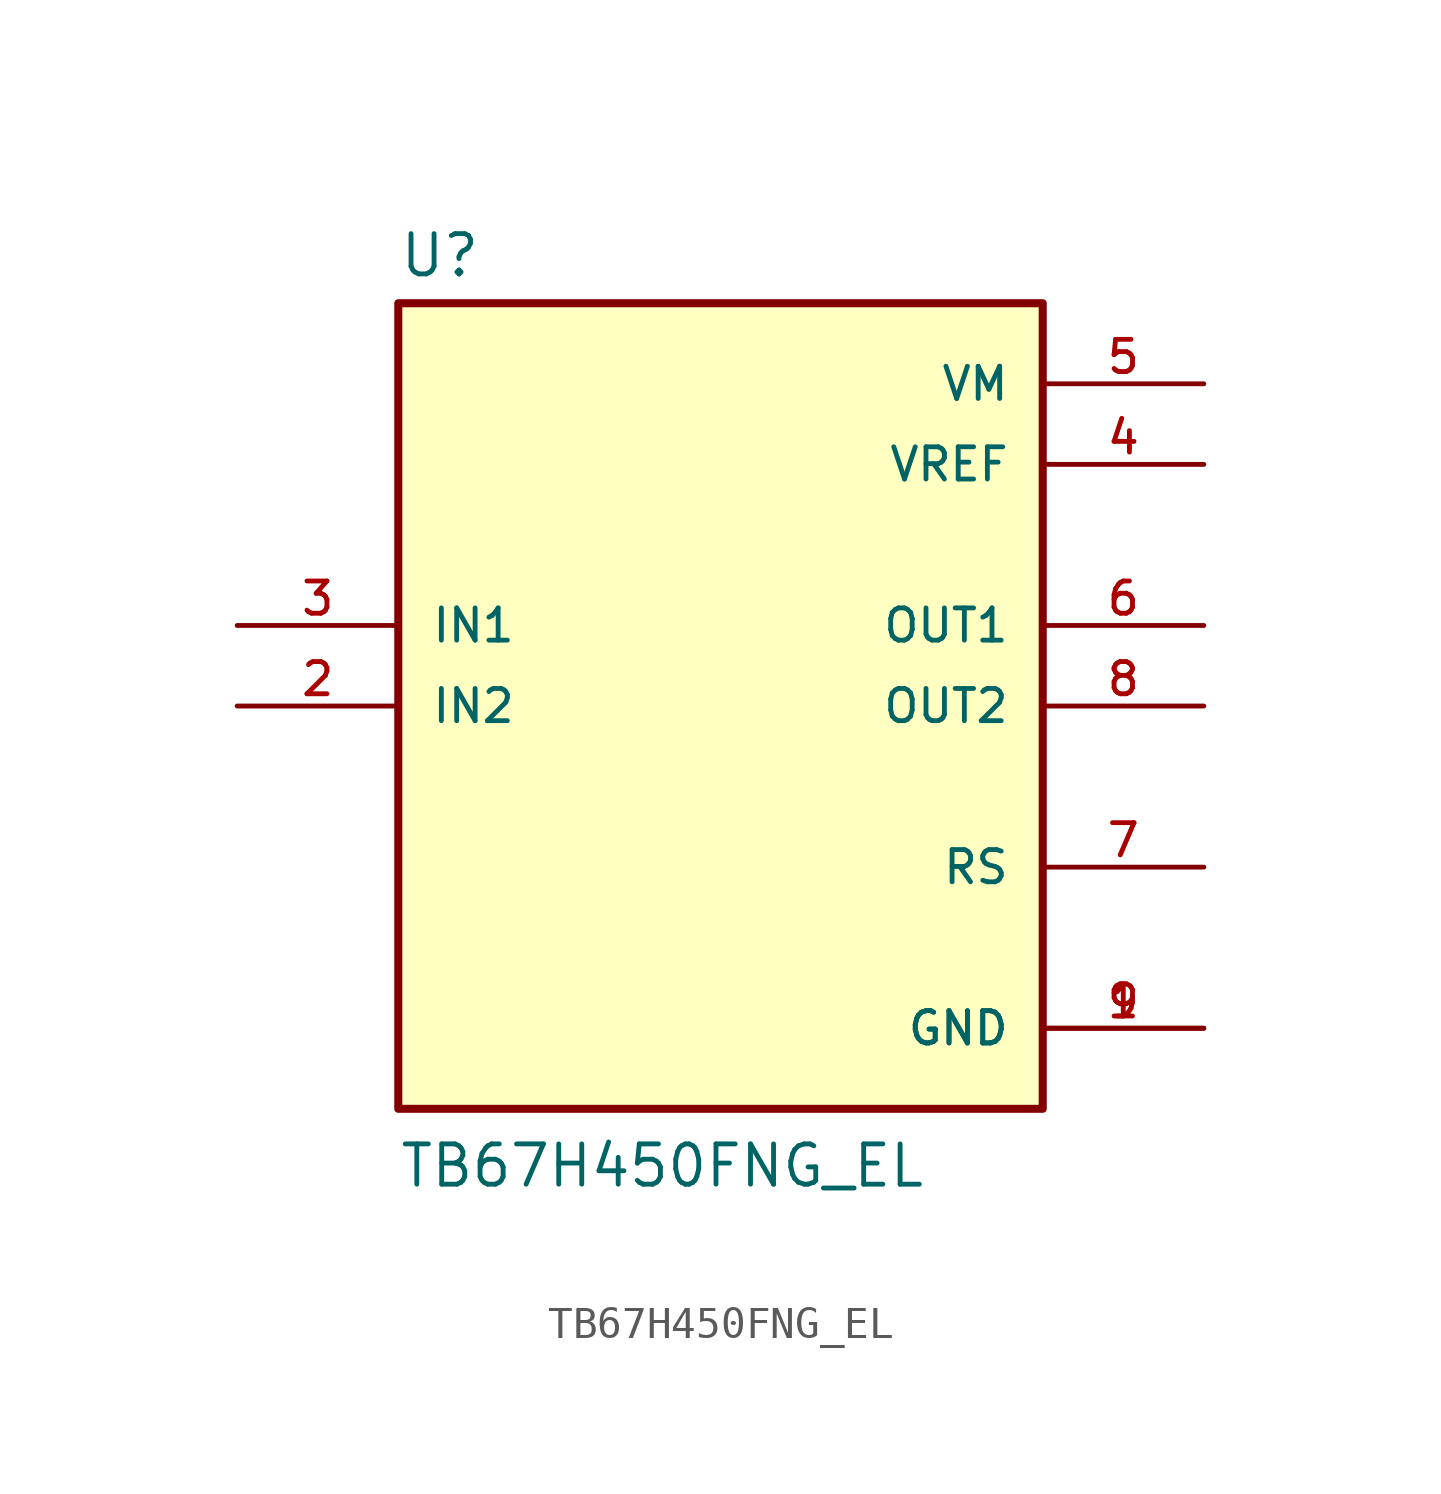
<source format=kicad_sym>
(kicad_symbol_lib
  (version 20211014)
  (generator kicad_symbol_editor)
  (symbol "TB67H450FNG_EL"
    (pin_names
      (offset 1.016))
    (property "Reference" "U"
      (at -10.16 13.462 0)
      (effects (font (size 1.27 1.27)) (justify bottom left)))
    (property "Value" "TB67H450FNG_EL"
      (at -10.16 -15.24 0)
      (effects (font (size 1.27 1.27)) (justify bottom left)))
    (symbol "TB67H450FNG_EL_0_0"
      (rectangle (start -10.16 -12.7) (end 10.16 12.7) (stroke (width 0.254)) (fill (type background)))
      (pin power_in line (at 15.24 -10.16 180.0) (length 5.08) (name "GND" (effects (font (size 1.016 1.016)))) (number "1" (effects (font (size 1.016 1.016)))))
      (pin power_in line (at 15.24 -10.16 180.0) (length 5.08) (name "GND" (effects (font (size 1.016 1.016)))) (number "9" (effects (font (size 1.016 1.016)))))
      (pin input line (at -15.24 0.0 0) (length 5.08) (name "IN2" (effects (font (size 1.016 1.016)))) (number "2" (effects (font (size 1.016 1.016)))))
      (pin input line (at -15.24 2.54 0) (length 5.08) (name "IN1" (effects (font (size 1.016 1.016)))) (number "3" (effects (font (size 1.016 1.016)))))
      (pin power_in line (at 15.24 7.62 180.0) (length 5.08) (name "VREF" (effects (font (size 1.016 1.016)))) (number "4" (effects (font (size 1.016 1.016)))))
      (pin power_in line (at 15.24 10.16 180.0) (length 5.08) (name "VM" (effects (font (size 1.016 1.016)))) (number "5" (effects (font (size 1.016 1.016)))))
      (pin output line (at 15.24 2.54 180.0) (length 5.08) (name "OUT1" (effects (font (size 1.016 1.016)))) (number "6" (effects (font (size 1.016 1.016)))))
      (pin output line (at 15.24 0.0 180.0) (length 5.08) (name "OUT2" (effects (font (size 1.016 1.016)))) (number "8" (effects (font (size 1.016 1.016)))))
      (pin output line (at 15.24 -5.08 180.0) (length 5.08) (name "RS" (effects (font (size 1.016 1.016)))) (number "7" (effects (font (size 1.016 1.016))))))))
</source>
